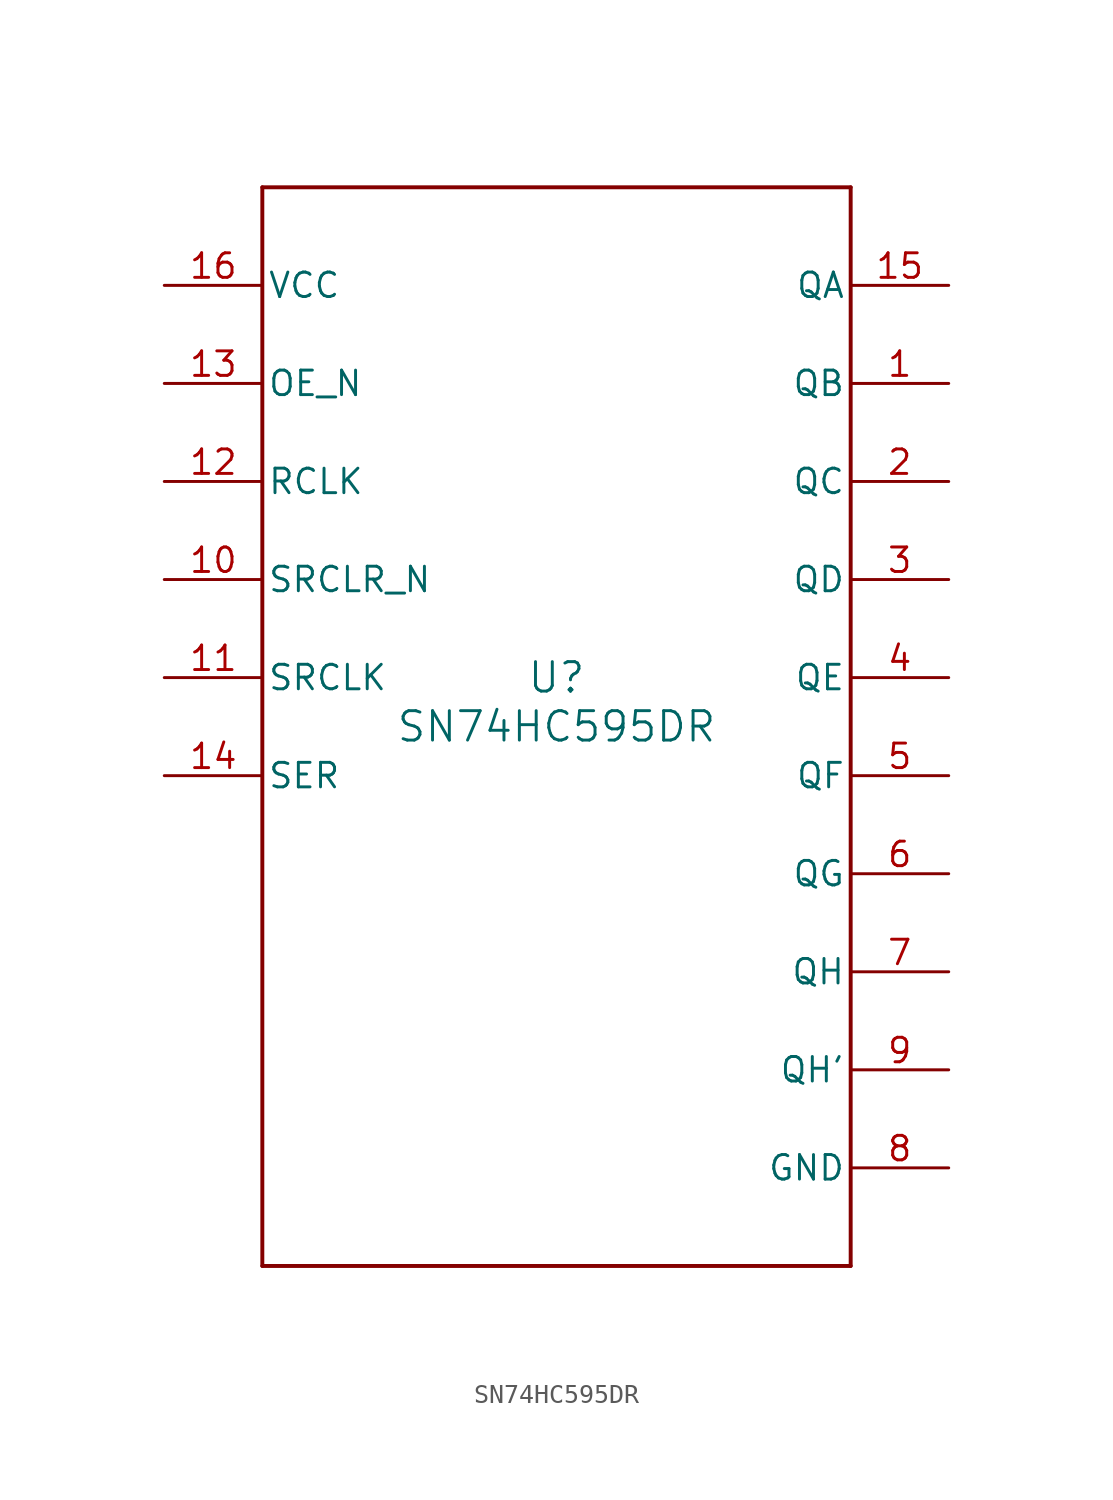
<source format=kicad_sym>
(kicad_symbol_lib
  (version 20211014)
  (generator kicad_symbol_editor)
  (symbol "SN74HC595DR"
    (pin_names
      (offset 0.254))
    (property "Reference" "U"
      (at 0 2.54 0)
      (effects (font (size 1.524 1.524))))
    (property "Value" "SN74HC595DR"
      (at 0 0 0)
      (effects (font (size 1.524 1.524))))
    (polyline
      (pts (xy -15.24 -27.94) (xy 15.24 -27.94))
      (stroke (width 0.203) (type default) (color 0 0 0 0))
      (fill (type none)))
    (polyline
      (pts (xy 15.24 -27.94) (xy 15.24 27.94))
      (stroke (width 0.203) (type default) (color 0 0 0 0))
      (fill (type none)))
    (polyline
      (pts (xy 15.24 27.94) (xy -15.24 27.94))
      (stroke (width 0.203) (type default) (color 0 0 0 0))
      (fill (type none)))
    (polyline
      (pts (xy -15.24 27.94) (xy -15.24 -27.94))
      (stroke (width 0.203) (type default) (color 0 0 0 0))
      (fill (type none)))
    (pin tri_state line
      (at 20.32 17.78 180)
      (length 5.08)
      (name "QB" (effects (font (size 1.27 1.27))))
      (number "1" (effects (font (size 1.27 1.27)))))
    (pin tri_state line
      (at 20.32 12.7 180)
      (length 5.08)
      (name "QC" (effects (font (size 1.27 1.27))))
      (number "2" (effects (font (size 1.27 1.27)))))
    (pin tri_state line
      (at 20.32 7.62 180)
      (length 5.08)
      (name "QD" (effects (font (size 1.27 1.27))))
      (number "3" (effects (font (size 1.27 1.27)))))
    (pin tri_state line
      (at 20.32 2.54 180)
      (length 5.08)
      (name "QE" (effects (font (size 1.27 1.27))))
      (number "4" (effects (font (size 1.27 1.27)))))
    (pin tri_state line
      (at 20.32 -2.54 180)
      (length 5.08)
      (name "QF" (effects (font (size 1.27 1.27))))
      (number "5" (effects (font (size 1.27 1.27)))))
    (pin tri_state line
      (at 20.32 -7.62 180)
      (length 5.08)
      (name "QG" (effects (font (size 1.27 1.27))))
      (number "6" (effects (font (size 1.27 1.27)))))
    (pin tri_state line
      (at 20.32 -12.7 180)
      (length 5.08)
      (name "QH" (effects (font (size 1.27 1.27))))
      (number "7" (effects (font (size 1.27 1.27)))))
    (pin power_in line
      (at 20.32 -22.86 180)
      (length 5.08)
      (name "GND" (effects (font (size 1.27 1.27))))
      (number "8" (effects (font (size 1.27 1.27)))))
    (pin output line
      (at 20.32 -17.78 180)
      (length 5.08)
      (name "QH'" (effects (font (size 1.27 1.27))))
      (number "9" (effects (font (size 1.27 1.27)))))
    (pin input line
      (at -20.32 7.62 0)
      (length 5.08)
      (name "SRCLR_N" (effects (font (size 1.27 1.27))))
      (number "10" (effects (font (size 1.27 1.27)))))
    (pin input line
      (at -20.32 2.54 0)
      (length 5.08)
      (name "SRCLK" (effects (font (size 1.27 1.27))))
      (number "11" (effects (font (size 1.27 1.27)))))
    (pin input line
      (at -20.32 12.7 0)
      (length 5.08)
      (name "RCLK" (effects (font (size 1.27 1.27))))
      (number "12" (effects (font (size 1.27 1.27)))))
    (pin input line
      (at -20.32 17.78 0)
      (length 5.08)
      (name "OE_N" (effects (font (size 1.27 1.27))))
      (number "13" (effects (font (size 1.27 1.27)))))
    (pin input line
      (at -20.32 -2.54 0)
      (length 5.08)
      (name "SER" (effects (font (size 1.27 1.27))))
      (number "14" (effects (font (size 1.27 1.27)))))
    (pin tri_state line
      (at 20.32 22.86 180)
      (length 5.08)
      (name "QA" (effects (font (size 1.27 1.27))))
      (number "15" (effects (font (size 1.27 1.27)))))
    (pin power_in line
      (at -20.32 22.86 0)
      (length 5.08)
      (name "VCC" (effects (font (size 1.27 1.27))))
      (number "16" (effects (font (size 1.27 1.27)))))))
</source>
